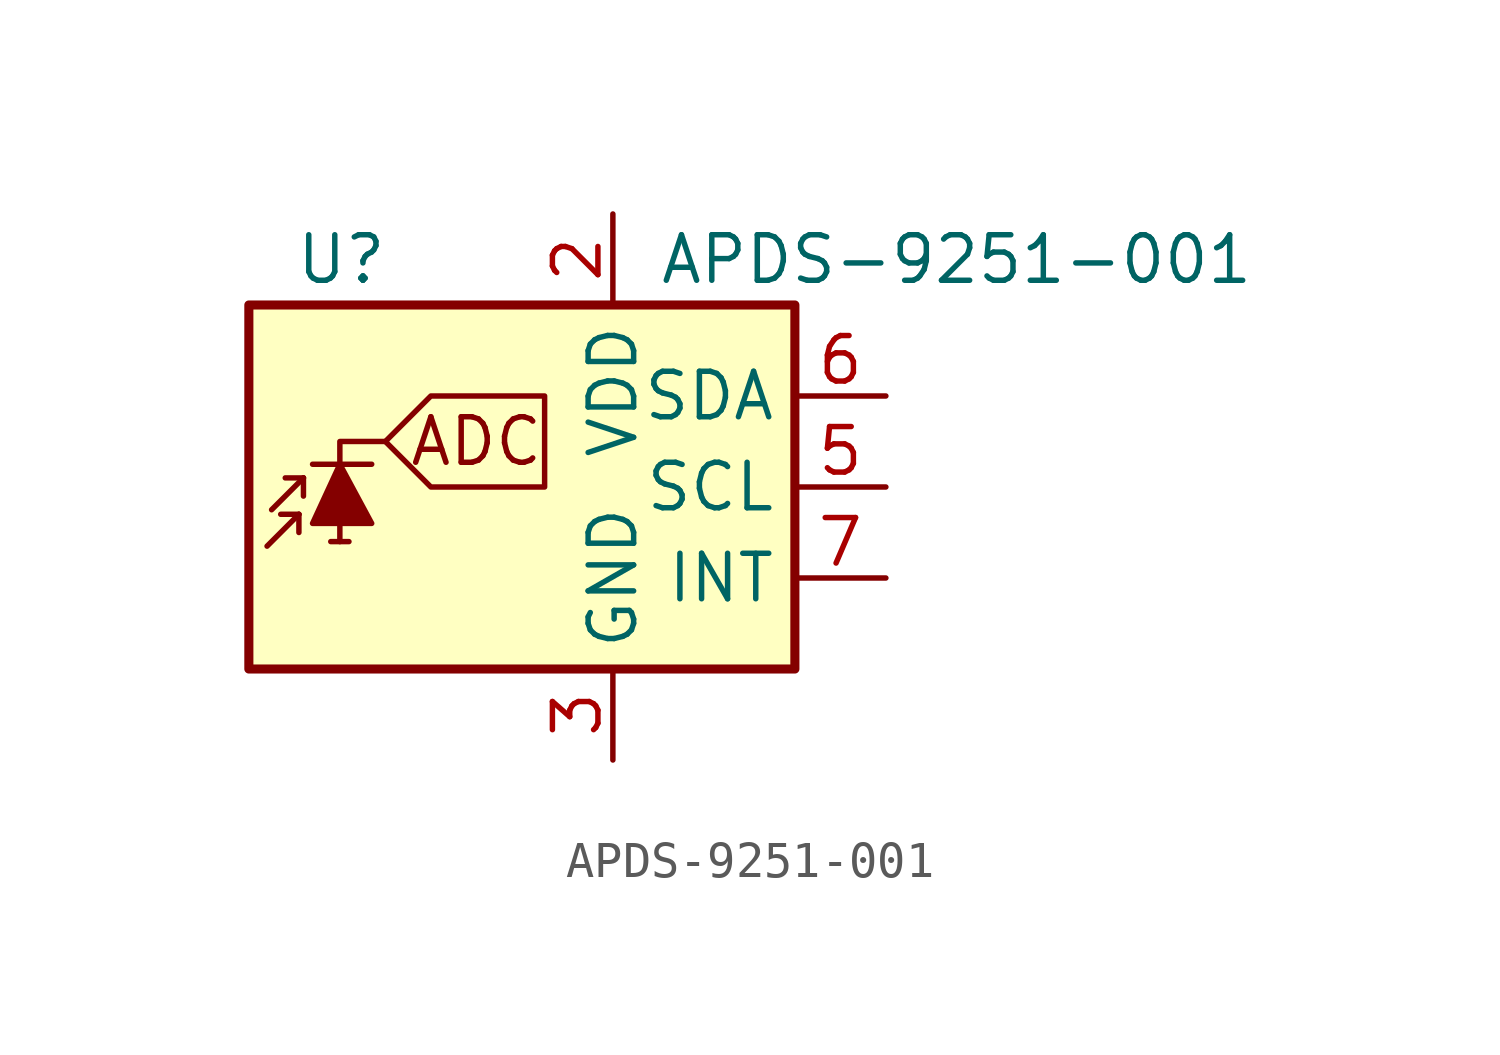
<source format=kicad_sym>
(kicad_symbol_lib
  (version 20220914)
  (generator kicad_symbol_editor)
  (symbol "APDS-9251-001"
    (property "Reference" "U"
      (at -6.35 6.35 0)
      (effects (font (size 1.27 1.27)) (justify left)))
    (property "Value" "APDS-9251-001"
      (at 3.81 6.35 0)
      (effects (font (size 1.27 1.27)) (justify left)))
    (symbol "APDS-9251-001_0_0"
      (polyline (pts (xy -3.81 1.27) (xy -2.54 2.54) (xy 0.635 2.54) (xy 0.635 0) (xy -2.54 0) (xy -3.81 1.27)) (stroke (width 0) (type default)) (fill (type none)))
      (text "ADC" (at -1.27 1.27 0) (effects (font (size 1.27 1.27)))))
    (symbol "APDS-9251-001_0_1"
      (rectangle (start -7.62 5.08) (end 7.62 -5.08) (stroke (width 0.254) (type default)) (fill (type background))))
    (symbol "APDS-9251-001_1_0"
      (polyline (pts (xy -5.08 -1.524) (xy -5.08 1.27) (xy -3.81 1.27)) (stroke (width 0) (type default)) (fill (type none))))
    (symbol "APDS-9251-001_1_1"
      (polyline (pts (xy -6.223 -0.762) (xy -7.112 -1.651)) (stroke (width 0) (type default)) (fill (type none)))
      (polyline (pts (xy -6.223 -0.762) (xy -6.731 -0.762)) (stroke (width 0) (type default)) (fill (type none)))
      (polyline (pts (xy -6.223 -0.762) (xy -6.223 -1.27)) (stroke (width 0) (type default)) (fill (type none)))
      (polyline (pts (xy -6.096 0.254) (xy -6.985 -0.635)) (stroke (width 0) (type default)) (fill (type none)))
      (polyline (pts (xy -6.096 0.254) (xy -6.604 0.254)) (stroke (width 0) (type default)) (fill (type none)))
      (polyline (pts (xy -6.096 0.254) (xy -6.096 -0.254)) (stroke (width 0) (type default)) (fill (type none)))
      (polyline (pts (xy -5.842 0.635) (xy -4.191 0.635)) (stroke (width 0) (type default)) (fill (type none)))
      (polyline (pts (xy -4.826 -1.524) (xy -5.334 -1.524)) (stroke (width 0) (type default)) (fill (type none)))
      (polyline (pts (xy -5.842 -1.016) (xy -4.191 -1.016) (xy -5.08 0.635) (xy -5.842 -1.016)) (stroke (width 0) (type default)) (fill (type outline)))
      (pin no_connect line (at -7.62 2.54 0) (length 2.54) hide (name "NC" (effects (font (size 1.27 1.27)))) (number "1" (effects (font (size 1.27 1.27)))))
      (pin power_in line (at 2.54 7.62 270) (length 2.54) (name "VDD" (effects (font (size 1.27 1.27)))) (number "2" (effects (font (size 1.27 1.27)))))
      (pin power_in line (at 2.54 -7.62 90) (length 2.54) (name "GND" (effects (font (size 1.27 1.27)))) (number "3" (effects (font (size 1.27 1.27)))))
      (pin no_connect line (at -7.62 0 0) (length 2.54) hide (name "NC" (effects (font (size 1.27 1.27)))) (number "4" (effects (font (size 1.27 1.27)))))
      (pin input line (at 10.16 0 180) (length 2.54) (name "SCL" (effects (font (size 1.27 1.27)))) (number "5" (effects (font (size 1.27 1.27)))))
      (pin bidirectional line (at 10.16 2.54 180) (length 2.54) (name "SDA" (effects (font (size 1.27 1.27)))) (number "6" (effects (font (size 1.27 1.27)))))
      (pin open_collector line (at 10.16 -2.54 180) (length 2.54) (name "INT" (effects (font (size 1.27 1.27)))) (number "7" (effects (font (size 1.27 1.27)))))
      (pin no_connect line (at -7.62 -2.54 0) (length 2.54) hide (name "NC" (effects (font (size 1.27 1.27)))) (number "8" (effects (font (size 1.27 1.27))))))))
</source>
